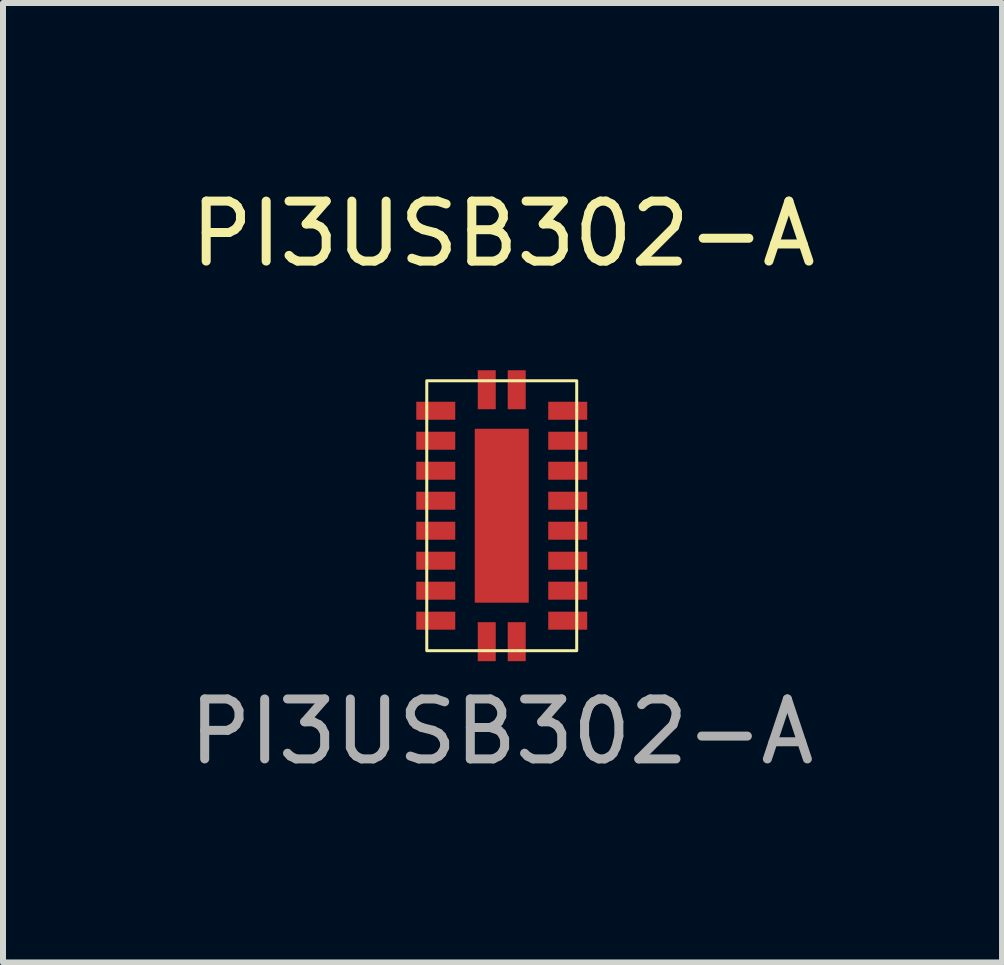
<source format=kicad_pcb>
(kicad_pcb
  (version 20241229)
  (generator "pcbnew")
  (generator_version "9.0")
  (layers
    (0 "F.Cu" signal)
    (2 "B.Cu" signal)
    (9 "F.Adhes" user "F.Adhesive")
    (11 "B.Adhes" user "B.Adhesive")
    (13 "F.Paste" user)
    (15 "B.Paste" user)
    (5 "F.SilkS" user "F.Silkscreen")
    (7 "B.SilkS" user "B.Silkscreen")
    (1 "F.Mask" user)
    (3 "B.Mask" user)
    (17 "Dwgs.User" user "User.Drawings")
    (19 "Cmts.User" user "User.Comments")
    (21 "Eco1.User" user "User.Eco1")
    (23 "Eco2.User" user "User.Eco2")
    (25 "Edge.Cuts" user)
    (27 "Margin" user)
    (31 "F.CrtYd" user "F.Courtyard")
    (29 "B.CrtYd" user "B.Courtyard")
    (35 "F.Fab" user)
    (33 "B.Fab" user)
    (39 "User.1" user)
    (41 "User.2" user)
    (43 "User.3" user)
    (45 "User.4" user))
  (footprint "PI3USB302−A"
    (layer "F.Cu")
    (at 5.315 5.548)
    (property "Reference" "PI3USB302−A" (at 0.025 -4.7 0) (unlocked yes) (layer "F.SilkS") (effects (font (size 1 1) (thickness 0.15))))
    (attr smd)
    (fp_rect (start -1.25 -2.25) (end 1.25 2.25) (stroke (width 0.05) (type solid)) (fill no) (layer "F.SilkS"))
    (fp_text user "${REFERENCE}" (at 0 3.6 0) (unlocked yes) (layer "F.Fab") (effects (font (size 1 1) (thickness 0.15))))
    (pad "1" smd rect (at 0 0) (size 0.9 2.9) (layers "F.Cu" "F.Mask" "F.Paste"))
    (pad "1" smd rect (at 0.25 -2.1 90) (size 0.65 0.3) (layers "F.Cu" "F.Mask" "F.Paste"))
    (pad "2" smd rect (at 1.1 -1.75) (size 0.65 0.3) (layers "F.Cu" "F.Mask" "F.Paste"))
    (pad "3" smd rect (at 1.1 -1.25) (size 0.65 0.3) (layers "F.Cu" "F.Mask" "F.Paste"))
    (pad "4" smd rect (at 1.1 -0.75) (size 0.65 0.3) (layers "F.Cu" "F.Mask" "F.Paste"))
    (pad "5" smd rect (at 1.1 -0.25) (size 0.65 0.3) (layers "F.Cu" "F.Mask" "F.Paste"))
    (pad "6" smd rect (at 1.1 0.25) (size 0.65 0.3) (layers "F.Cu" "F.Mask" "F.Paste"))
    (pad "7" smd rect (at 1.1 0.75) (size 0.65 0.3) (layers "F.Cu" "F.Mask" "F.Paste"))
    (pad "8" smd rect (at 1.1 1.25) (size 0.65 0.3) (layers "F.Cu" "F.Mask" "F.Paste"))
    (pad "9" smd rect (at 1.1 1.75) (size 0.65 0.3) (layers "F.Cu" "F.Mask" "F.Paste"))
    (pad "10" smd rect (at 0.25 2.1 90) (size 0.65 0.3) (layers "F.Cu" "F.Mask" "F.Paste"))
    (pad "11" smd rect (at -0.25 2.1 90) (size 0.65 0.3) (layers "F.Cu" "F.Mask" "F.Paste"))
    (pad "12" smd rect (at -1.1 1.75) (size 0.65 0.3) (layers "F.Cu" "F.Mask" "F.Paste"))
    (pad "13" smd rect (at -1.1 1.25) (size 0.65 0.3) (layers "F.Cu" "F.Mask" "F.Paste"))
    (pad "14" smd rect (at -1.1 0.75) (size 0.65 0.3) (layers "F.Cu" "F.Mask" "F.Paste"))
    (pad "15" smd rect (at -1.1 0.25) (size 0.65 0.3) (layers "F.Cu" "F.Mask" "F.Paste"))
    (pad "16" smd rect (at -1.1 -0.25) (size 0.65 0.3) (layers "F.Cu" "F.Mask" "F.Paste"))
    (pad "17" smd rect (at -1.1 -0.75) (size 0.65 0.3) (layers "F.Cu" "F.Mask" "F.Paste"))
    (pad "18" smd rect (at -1.1 -1.25) (size 0.65 0.3) (layers "F.Cu" "F.Mask" "F.Paste"))
    (pad "19" smd rect (at -1.1 -1.75) (size 0.65 0.3) (layers "F.Cu" "F.Mask" "F.Paste"))
    (pad "20" smd rect (at -0.25 -2.1 90) (size 0.65 0.3) (layers "F.Cu" "F.Mask" "F.Paste")))
  (gr_rect
    (start -3 -3)
    (end 13.656 12.996)
    (stroke (width 0.1) (type default))
    (fill no)
    (layer "Edge.Cuts")))
</source>
